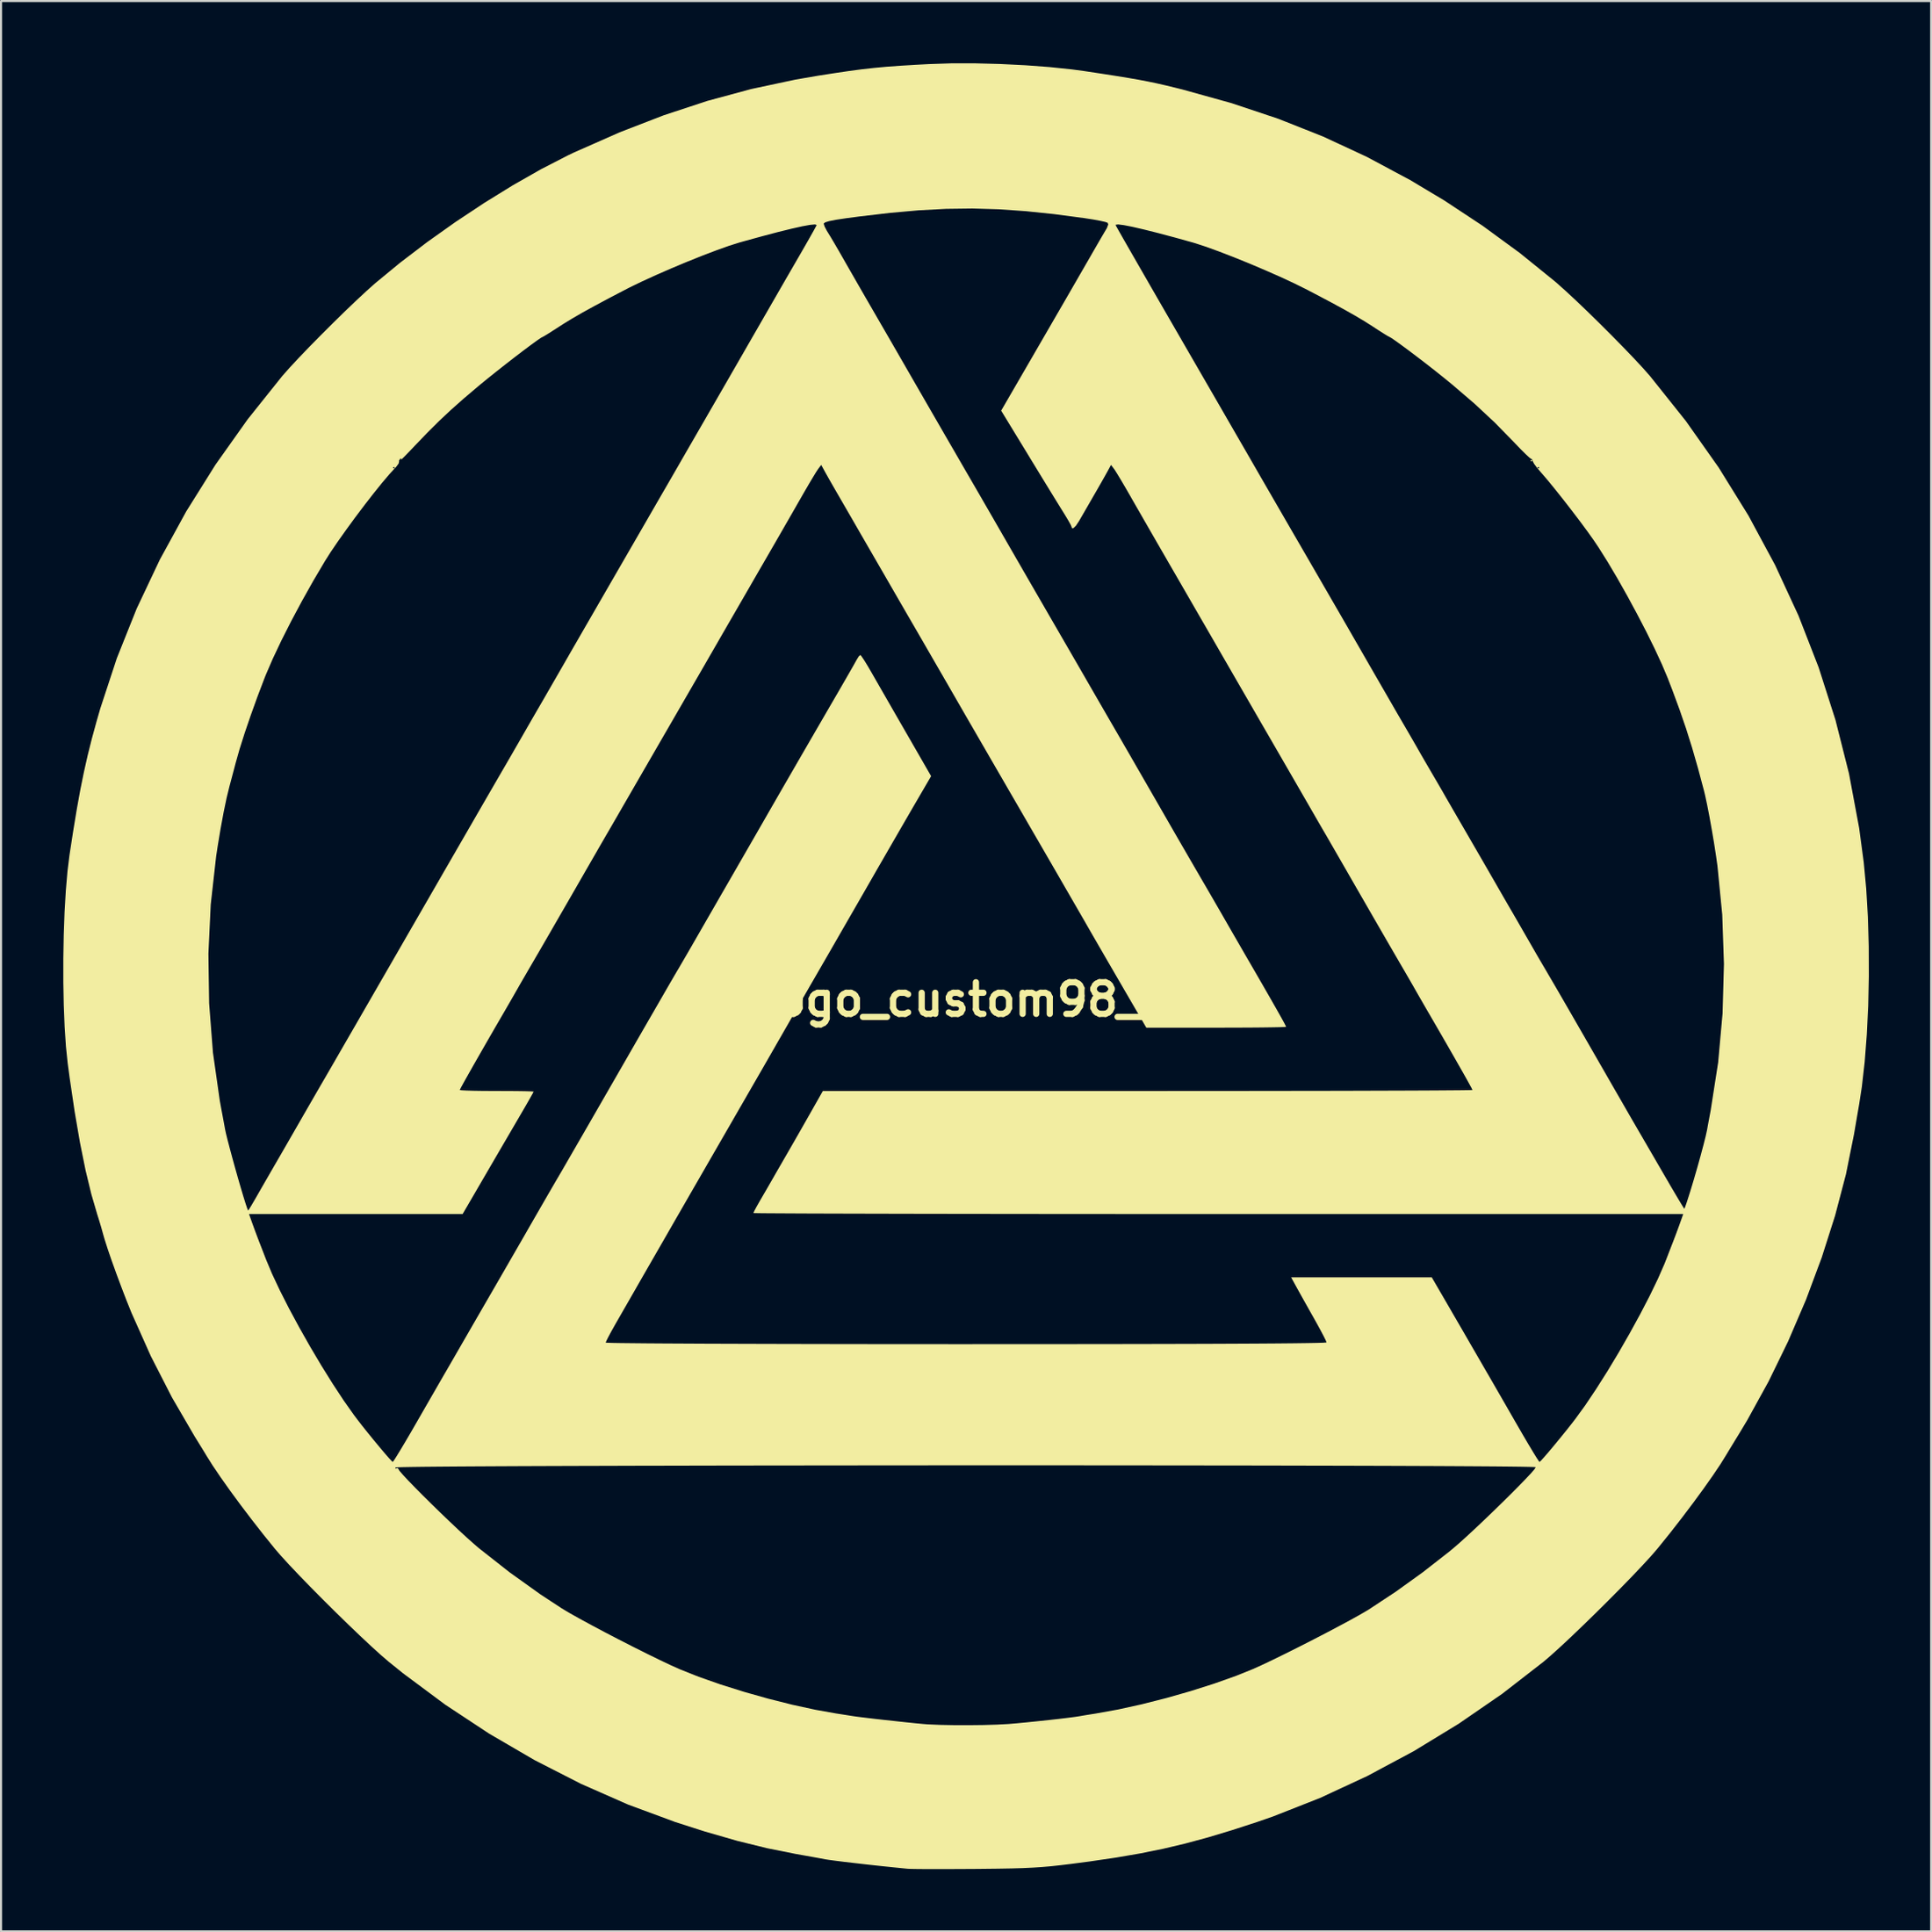
<source format=kicad_pcb>
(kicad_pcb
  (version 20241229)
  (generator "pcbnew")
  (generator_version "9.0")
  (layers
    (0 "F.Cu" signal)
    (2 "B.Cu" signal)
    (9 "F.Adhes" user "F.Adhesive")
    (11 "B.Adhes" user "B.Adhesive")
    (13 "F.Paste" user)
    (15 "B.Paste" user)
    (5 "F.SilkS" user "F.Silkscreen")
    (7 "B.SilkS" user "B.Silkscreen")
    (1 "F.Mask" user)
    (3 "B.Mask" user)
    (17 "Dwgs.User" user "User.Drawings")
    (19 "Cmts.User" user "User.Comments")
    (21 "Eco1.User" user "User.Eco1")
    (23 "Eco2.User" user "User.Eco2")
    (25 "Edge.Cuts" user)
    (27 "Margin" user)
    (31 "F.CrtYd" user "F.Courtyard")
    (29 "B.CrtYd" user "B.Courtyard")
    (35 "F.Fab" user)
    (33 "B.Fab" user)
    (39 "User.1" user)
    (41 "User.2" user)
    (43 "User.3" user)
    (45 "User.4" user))
  (footprint "logo_custom98_2"
    (layer "F.Cu")
    (at 43.476 45.086)
    (property "Reference" "logo_custom98_2" (at 0 0 0) (layer "F.SilkS") (effects (font (size 1.524 1.524) (thickness 0.3))))
    (attr board_only exclude_from_pos_files exclude_from_bom)
    (fp_poly (pts (xy 27.263 -25.95) (xy 27.22 -25.908) (xy 27.178 -25.95) (xy 27.22 -25.993)) (stroke (width 0) (type solid)) (fill yes) (layer "F.SilkS"))
    (fp_poly (pts (xy 1.631 -45.055) (xy 2.845 -44.994) (xy 4.018 -44.906) (xy 5.1 -44.793) (xy 5.715 -44.71) (xy 6.55 -44.583) (xy 7.245 -44.475) (xy 7.829 -44.379) (xy 8.331 -44.292) (xy 8.777 -44.206) (xy 9.198 -44.118) (xy 9.62 -44.022) (xy 10.072 -43.912) (xy 10.414 -43.827) (xy 12.788 -43.167) (xy 15.042 -42.413) (xy 17.205 -41.554) (xy 19.307 -40.577) (xy 21.375 -39.47) (xy 23.029 -38.481) (xy 24.876 -37.261) (xy 26.669 -35.949) (xy 28.351 -34.587) (xy 28.448 -34.504) (xy 28.867 -34.13) (xy 29.367 -33.666) (xy 29.92 -33.137) (xy 30.501 -32.568) (xy 31.085 -31.985) (xy 31.646 -31.414) (xy 32.159 -30.88) (xy 32.597 -30.408) (xy 32.935 -30.025) (xy 34.663 -27.858) (xy 36.244 -25.616) (xy 37.676 -23.304) (xy 38.956 -20.928) (xy 40.083 -18.492) (xy 41.053 -16.002) (xy 41.866 -13.463) (xy 42.517 -10.88) (xy 43.006 -8.258) (xy 43.227 -6.604) (xy 43.346 -5.338) (xy 43.426 -3.982) (xy 43.468 -2.568) (xy 43.473 -1.13) (xy 43.442 0.299) (xy 43.374 1.687) (xy 43.272 3) (xy 43.135 4.206) (xy 43.007 5.038) (xy 42.954 5.341) (xy 42.884 5.749) (xy 42.807 6.198) (xy 42.76 6.477) (xy 42.371 8.411) (xy 41.848 10.404) (xy 41.202 12.429) (xy 40.446 14.454) (xy 39.588 16.453) (xy 38.642 18.396) (xy 37.618 20.254) (xy 37.261 20.85) (xy 37.04 21.211) (xy 36.846 21.529) (xy 36.699 21.771) (xy 36.619 21.905) (xy 36.617 21.908) (xy 36.334 22.365) (xy 35.958 22.924) (xy 35.51 23.56) (xy 35.006 24.248) (xy 34.467 24.962) (xy 33.911 25.676) (xy 33.356 26.365) (xy 33.28 26.458) (xy 32.971 26.815) (xy 32.558 27.264) (xy 32.064 27.785) (xy 31.509 28.355) (xy 30.916 28.953) (xy 30.307 29.557) (xy 29.702 30.146) (xy 29.125 30.699) (xy 28.595 31.193) (xy 28.136 31.607) (xy 27.811 31.885) (xy 25.815 33.434) (xy 23.719 34.877) (xy 21.546 36.201) (xy 19.315 37.395) (xy 17.048 38.447) (xy 14.766 39.346) (xy 14.012 39.607) (xy 12.779 40.008) (xy 11.639 40.351) (xy 10.553 40.644) (xy 9.481 40.898) (xy 8.383 41.12) (xy 7.22 41.32) (xy 5.953 41.507) (xy 5.08 41.622) (xy 4.57 41.684) (xy 4.11 41.735) (xy 3.67 41.774) (xy 3.22 41.804) (xy 2.731 41.827) (xy 2.173 41.843) (xy 1.515 41.855) (xy 0.728 41.864) (xy 0.423 41.867) (xy -0.279 41.871) (xy -0.941 41.874) (xy -1.539 41.874) (xy -2.052 41.873) (xy -2.457 41.869) (xy -2.731 41.863) (xy -2.836 41.857) (xy -3.46 41.794) (xy -4.101 41.727) (xy -4.732 41.658) (xy -5.326 41.59) (xy -5.856 41.528) (xy -6.295 41.473) (xy -6.615 41.43) (xy -6.773 41.405) (xy -7.007 41.36) (xy -7.359 41.296) (xy -7.782 41.22) (xy -8.213 41.144) (xy -9.582 40.87) (xy -11.032 40.512) (xy -12.581 40.066) (xy -14.012 39.607) (xy -16.284 38.766) (xy -18.55 37.768) (xy -20.787 36.625) (xy -22.975 35.349) (xy -25.091 33.952) (xy -27.116 32.446) (xy -27.811 31.885) (xy -28.192 31.558) (xy -28.661 31.132) (xy -29.198 30.629) (xy -29.781 30.07) (xy -30.387 29.478) (xy -30.996 28.873) (xy -31.585 28.278) (xy -32.133 27.713) (xy -32.618 27.201) (xy -33.018 26.762) (xy -33.28 26.458) (xy -33.834 25.773) (xy -34.392 25.059) (xy -34.936 24.343) (xy -35.446 23.649) (xy -35.903 23.003) (xy -36.181 22.592) (xy -27.492 22.592) (xy -27.445 22.572) (xy -27.358 22.566) (xy -27.347 22.6) (xy -27.288 22.695) (xy -27.122 22.888) (xy -26.867 23.162) (xy -26.54 23.5) (xy -26.158 23.886) (xy -25.738 24.301) (xy -25.299 24.729) (xy -24.857 25.152) (xy -24.43 25.555) (xy -24.035 25.919) (xy -23.689 26.227) (xy -23.453 26.429) (xy -21.991 27.578) (xy -20.492 28.651) (xy -19.473 29.319) (xy -19.119 29.531) (xy -18.641 29.8) (xy -18.068 30.112) (xy -17.428 30.453) (xy -16.749 30.806) (xy -16.062 31.157) (xy -15.394 31.492) (xy -14.775 31.795) (xy -14.233 32.052) (xy -13.801 32.246) (xy -12.877 32.614) (xy -11.829 32.982) (xy -10.699 33.337) (xy -9.532 33.667) (xy -8.371 33.96) (xy -7.26 34.202) (xy -6.265 34.38) (xy -5.933 34.431) (xy -5.65 34.476) (xy -5.471 34.504) (xy -5.461 34.506) (xy -5.245 34.537) (xy -4.898 34.58) (xy -4.455 34.633) (xy -3.953 34.69) (xy -3.429 34.747) (xy -2.92 34.802) (xy -2.461 34.849) (xy -2.09 34.885) (xy -1.843 34.905) (xy -1.82 34.906) (xy -1.242 34.93) (xy -0.569 34.943) (xy 0.146 34.944) (xy 0.851 34.936) (xy 1.496 34.917) (xy 2.029 34.888) (xy 2.074 34.885) (xy 2.465 34.851) (xy 2.936 34.806) (xy 3.452 34.753) (xy 3.978 34.697) (xy 4.477 34.641) (xy 4.915 34.588) (xy 5.255 34.544) (xy 5.461 34.512) (xy 5.625 34.483) (xy 5.9 34.438) (xy 6.23 34.386) (xy 6.265 34.38) (xy 7.317 34.19) (xy 8.455 33.939) (xy 9.635 33.639) (xy 10.815 33.302) (xy 11.951 32.941) (xy 12.999 32.569) (xy 13.801 32.246) (xy 14.211 32.062) (xy 14.729 31.817) (xy 15.325 31.525) (xy 15.971 31.202) (xy 16.641 30.862) (xy 17.304 30.519) (xy 17.933 30.187) (xy 18.499 29.883) (xy 18.975 29.618) (xy 19.332 29.41) (xy 19.389 29.375) (xy 20.68 28.524) (xy 21.984 27.586) (xy 23.223 26.62) (xy 23.41 26.467) (xy 23.704 26.215) (xy 24.062 25.893) (xy 24.468 25.518) (xy 24.904 25.106) (xy 25.353 24.676) (xy 25.799 24.242) (xy 26.223 23.823) (xy 26.609 23.434) (xy 26.94 23.093) (xy 27.199 22.817) (xy 27.369 22.621) (xy 27.432 22.523) (xy 27.432 22.522) (xy 27.349 22.513) (xy 27.104 22.505) (xy 26.705 22.497) (xy 26.159 22.49) (xy 25.475 22.483) (xy 24.66 22.477) (xy 23.722 22.471) (xy 22.669 22.465) (xy 21.507 22.46) (xy 20.245 22.455) (xy 18.891 22.451) (xy 17.451 22.447) (xy 15.935 22.444) (xy 14.349 22.44) (xy 12.701 22.438) (xy 10.999 22.436) (xy 9.25 22.434) (xy 7.463 22.432) (xy 5.644 22.431) (xy 3.802 22.431) (xy 1.944 22.431) (xy 0.079 22.431) (xy -1.788 22.431) (xy -3.647 22.432) (xy -5.491 22.434) (xy -7.312 22.436) (xy -9.104 22.438) (xy -10.857 22.44) (xy -12.564 22.443) (xy -14.219 22.447) (xy -15.812 22.45) (xy -17.337 22.455) (xy -18.785 22.459) (xy -20.149 22.464) (xy -21.422 22.469) (xy -22.595 22.475) (xy -23.661 22.481) (xy -24.613 22.487) (xy -25.442 22.494) (xy -26.14 22.501) (xy -26.702 22.509) (xy -27.117 22.517) (xy -27.38 22.525) (xy -27.481 22.534) (xy -27.482 22.534) (xy -27.492 22.592) (xy -36.181 22.592) (xy -36.29 22.431) (xy -36.587 21.959) (xy -36.617 21.908) (xy -36.697 21.776) (xy -36.843 21.538) (xy -37.03 21.235) (xy -37.154 21.035) (xy -38.248 19.155) (xy -39.266 17.163) (xy -40.184 15.108) (xy -40.208 15.049) (xy -40.443 14.465) (xy -40.686 13.834) (xy -40.925 13.193) (xy -41.147 12.575) (xy -41.339 12.015) (xy -41.488 11.549) (xy -41.571 11.261) (xy -41.654 10.961) (xy -41.763 10.6) (xy -41.835 10.372) (xy -41.848 10.329) (xy -34.535 10.329) (xy -34.376 10.774) (xy -34.247 11.128) (xy -34.106 11.504) (xy -34.053 11.642) (xy -33.922 11.979) (xy -33.776 12.357) (xy -33.709 12.531) (xy -33.422 13.215) (xy -33.05 14.005) (xy -32.61 14.871) (xy -32.118 15.784) (xy -31.592 16.713) (xy -31.048 17.63) (xy -30.503 18.505) (xy -29.975 19.308) (xy -29.479 20.009) (xy -29.333 20.203) (xy -29.085 20.524) (xy -28.805 20.875) (xy -28.514 21.232) (xy -28.232 21.572) (xy -27.981 21.869) (xy -27.78 22.099) (xy -27.65 22.237) (xy -27.613 22.267) (xy -27.557 22.196) (xy -27.431 21.999) (xy -27.244 21.694) (xy -27.011 21.303) (xy -26.743 20.846) (xy -26.549 20.51) (xy -26.231 19.957) (xy -25.91 19.4) (xy -25.606 18.873) (xy -25.339 18.409) (xy -25.129 18.045) (xy -25.067 17.939) (xy -24.834 17.536) (xy -24.553 17.049) (xy -24.26 16.541) (xy -24.003 16.096) (xy -23.714 15.595) (xy -23.384 15.023) (xy -23.056 14.456) (xy -22.81 14.032) (xy -22.599 13.667) (xy -22.323 13.189) (xy -22.002 12.632) (xy -21.655 12.03) (xy -21.301 11.416) (xy -21.042 10.964) (xy -20.72 10.405) (xy -20.411 9.869) (xy -20.13 9.382) (xy -19.89 8.968) (xy -19.707 8.653) (xy -19.597 8.467) (xy -19.505 8.31) (xy -19.337 8.02) (xy -19.102 7.613) (xy -18.807 7.102) (xy -18.461 6.503) (xy -18.072 5.828) (xy -17.649 5.094) (xy -17.2 4.314) (xy -16.764 3.556) (xy -16.298 2.746) (xy -15.851 1.969) (xy -15.43 1.238) (xy -15.043 0.568) (xy -14.7 -0.026) (xy -14.409 -0.531) (xy -14.177 -0.931) (xy -14.014 -1.212) (xy -13.93 -1.355) (xy -13.798 -1.578) (xy -13.602 -1.915) (xy -13.359 -2.333) (xy -13.09 -2.8) (xy -12.825 -3.26) (xy -12.511 -3.806) (xy -12.171 -4.396) (xy -11.836 -4.979) (xy -11.534 -5.502) (xy -11.362 -5.8) (xy -11.067 -6.312) (xy -10.734 -6.89) (xy -10.404 -7.464) (xy -10.119 -7.959) (xy -9.509 -9.02) (xy -8.844 -10.176) (xy -8.152 -11.374) (xy -7.463 -12.564) (xy -6.809 -13.693) (xy -6.451 -14.309) (xy -6.152 -14.823) (xy -5.876 -15.301) (xy -5.636 -15.718) (xy -5.446 -16.051) (xy -5.318 -16.278) (xy -5.272 -16.362) (xy -5.172 -16.525) (xy -5.096 -16.594) (xy -5.095 -16.594) (xy -5.033 -16.524) (xy -4.907 -16.337) (xy -4.737 -16.06) (xy -4.567 -15.768) (xy -4.396 -15.47) (xy -4.158 -15.055) (xy -3.869 -14.552) (xy -3.546 -13.99) (xy -3.206 -13.399) (xy -2.891 -12.852) (xy -1.686 -10.759) (xy -2.44 -9.465) (xy -2.719 -8.985) (xy -3.055 -8.405) (xy -3.422 -7.77) (xy -3.792 -7.128) (xy -4.14 -6.524) (xy -4.192 -6.435) (xy -4.787 -5.399) (xy -5.322 -4.469) (xy -5.789 -3.658) (xy -6.181 -2.977) (xy -6.267 -2.827) (xy -6.352 -2.68) (xy -6.507 -2.41) (xy -6.719 -2.043) (xy -6.973 -1.603) (xy -7.255 -1.114) (xy -7.415 -0.838) (xy -7.744 -0.268) (xy -8.087 0.328) (xy -8.421 0.909) (xy -8.722 1.434) (xy -8.968 1.863) (xy -9.017 1.947) (xy -9.245 2.346) (xy -9.535 2.851) (xy -9.863 3.422) (xy -10.207 4.018) (xy -10.542 4.6) (xy -10.623 4.741) (xy -10.955 5.316) (xy -11.303 5.92) (xy -11.644 6.511) (xy -11.954 7.049) (xy -12.209 7.491) (xy -12.259 7.578) (xy -12.495 7.987) (xy -12.712 8.364) (xy -12.891 8.674) (xy -13.013 8.885) (xy -13.04 8.932) (xy -13.24 9.279) (xy -13.502 9.735) (xy -13.814 10.277) (xy -14.164 10.885) (xy -14.538 11.536) (xy -14.925 12.208) (xy -15.312 12.881) (xy -15.686 13.532) (xy -16.034 14.139) (xy -16.345 14.68) (xy -16.606 15.135) (xy -16.804 15.48) (xy -16.903 15.653) (xy -17.088 15.984) (xy -17.237 16.261) (xy -17.332 16.453) (xy -17.357 16.521) (xy -17.273 16.528) (xy -17.028 16.536) (xy -16.627 16.543) (xy -16.079 16.549) (xy -15.391 16.556) (xy -14.569 16.562) (xy -13.622 16.567) (xy -12.556 16.573) (xy -11.378 16.577) (xy -10.097 16.581) (xy -8.718 16.585) (xy -7.25 16.588) (xy -5.699 16.591) (xy -4.074 16.593) (xy -2.38 16.594) (xy -0.625 16.595) (xy 0 16.595) (xy 2.34 16.594) (xy 4.51 16.593) (xy 6.511 16.591) (xy 8.343 16.588) (xy 10.005 16.584) (xy 11.498 16.58) (xy 12.822 16.574) (xy 13.977 16.568) (xy 14.962 16.561) (xy 15.778 16.553) (xy 16.424 16.544) (xy 16.901 16.535) (xy 17.209 16.525) (xy 17.348 16.513) (xy 17.357 16.51) (xy 17.317 16.409) (xy 17.208 16.19) (xy 17.044 15.881) (xy 16.841 15.511) (xy 16.748 15.345) (xy 16.507 14.917) (xy 16.273 14.5) (xy 16.069 14.136) (xy 15.92 13.867) (xy 15.895 13.822) (xy 15.651 13.377) (xy 22.424 13.377) (xy 22.917 14.225) (xy 23.155 14.634) (xy 23.441 15.128) (xy 23.742 15.647) (xy 24.022 16.13) (xy 24.034 16.151) (xy 24.304 16.619) (xy 24.591 17.114) (xy 24.861 17.581) (xy 25.082 17.963) (xy 25.099 17.992) (xy 25.273 18.292) (xy 25.511 18.706) (xy 25.796 19.2) (xy 26.107 19.74) (xy 26.424 20.292) (xy 26.55 20.51) (xy 26.834 21.001) (xy 27.092 21.439) (xy 27.311 21.804) (xy 27.479 22.076) (xy 27.584 22.234) (xy 27.613 22.267) (xy 27.683 22.205) (xy 27.838 22.034) (xy 28.057 21.781) (xy 28.32 21.467) (xy 28.606 21.119) (xy 28.896 20.761) (xy 29.168 20.417) (xy 29.333 20.203) (xy 29.815 19.54) (xy 30.335 18.765) (xy 30.877 17.91) (xy 31.423 17.003) (xy 31.956 16.074) (xy 32.46 15.153) (xy 32.919 14.269) (xy 33.314 13.452) (xy 33.63 12.732) (xy 33.709 12.531) (xy 33.846 12.177) (xy 33.99 11.804) (xy 34.053 11.642) (xy 34.185 11.296) (xy 34.325 10.916) (xy 34.376 10.774) (xy 34.535 10.329) (xy 12.145 10.329) (xy 10.21 10.329) (xy 8.319 10.329) (xy 6.48 10.328) (xy 4.7 10.327) (xy 2.985 10.325) (xy 1.342 10.323) (xy -0.221 10.321) (xy -1.698 10.319) (xy -3.081 10.316) (xy -4.364 10.313) (xy -5.54 10.31) (xy -6.601 10.307) (xy -7.541 10.304) (xy -8.353 10.3) (xy -9.029 10.296) (xy -9.563 10.293) (xy -9.949 10.289) (xy -10.178 10.284) (xy -10.245 10.281) (xy -10.205 10.189) (xy -10.1 9.991) (xy -9.95 9.726) (xy -9.916 9.667) (xy -9.729 9.345) (xy -9.551 9.039) (xy -9.421 8.811) (xy -9.417 8.805) (xy -9.307 8.614) (xy -9.137 8.317) (xy -8.93 7.959) (xy -8.734 7.62) (xy -8.496 7.207) (xy -8.208 6.705) (xy -7.903 6.171) (xy -7.615 5.664) (xy -7.56 5.568) (xy -6.9 4.405) (xy 8.742 4.404) (xy 10.356 4.403) (xy 11.924 4.403) (xy 13.438 4.401) (xy 14.889 4.399) (xy 16.269 4.397) (xy 17.57 4.395) (xy 18.783 4.392) (xy 19.9 4.388) (xy 20.913 4.385) (xy 21.813 4.381) (xy 22.592 4.377) (xy 23.242 4.372) (xy 23.754 4.368) (xy 24.12 4.363) (xy 24.331 4.358) (xy 24.384 4.354) (xy 24.343 4.267) (xy 24.224 4.049) (xy 24.038 3.714) (xy 23.791 3.278) (xy 23.492 2.754) (xy 23.15 2.158) (xy 22.773 1.504) (xy 22.37 0.808) (xy 22.269 0.635) (xy 22.059 0.272) (xy 21.859 -0.075) (xy 21.697 -0.356) (xy 21.635 -0.466) (xy 21.521 -0.666) (xy 21.343 -0.974) (xy 21.126 -1.349) (xy 20.891 -1.752) (xy 20.852 -1.82) (xy 20.692 -2.095) (xy 20.521 -2.39) (xy 20.33 -2.719) (xy 20.111 -3.098) (xy 19.856 -3.539) (xy 19.557 -4.057) (xy 19.206 -4.667) (xy 18.794 -5.382) (xy 18.314 -6.216) (xy 17.798 -7.112) (xy 17.592 -7.47) (xy 17.402 -7.799) (xy 17.253 -8.056) (xy 17.186 -8.17) (xy 17.082 -8.349) (xy 16.918 -8.632) (xy 16.721 -8.974) (xy 16.574 -9.229) (xy 16.401 -9.529) (xy 16.161 -9.945) (xy 15.872 -10.446) (xy 15.552 -11) (xy 15.219 -11.576) (xy 14.985 -11.98) (xy 14.597 -12.652) (xy 14.262 -13.231) (xy 13.961 -13.752) (xy 13.674 -14.249) (xy 13.38 -14.757) (xy 13.059 -15.312) (xy 12.692 -15.949) (xy 12.319 -16.595) (xy 11.959 -17.219) (xy 11.627 -17.794) (xy 11.304 -18.352) (xy 10.974 -18.924) (xy 10.617 -19.543) (xy 10.215 -20.238) (xy 9.749 -21.043) (xy 9.654 -21.209) (xy 9.31 -21.805) (xy 8.954 -22.423) (xy 8.607 -23.025) (xy 8.291 -23.575) (xy 8.026 -24.037) (xy 7.901 -24.257) (xy 7.668 -24.661) (xy 7.453 -25.026) (xy 7.275 -25.32) (xy 7.154 -25.512) (xy 7.125 -25.552) (xy 6.978 -25.747) (xy 6.803 -25.425) (xy 6.688 -25.219) (xy 6.514 -24.912) (xy 6.307 -24.55) (xy 6.138 -24.257) (xy 5.919 -23.877) (xy 5.708 -23.511) (xy 5.533 -23.209) (xy 5.442 -23.05) (xy 5.291 -22.823) (xy 5.167 -22.7) (xy 5.093 -22.699) (xy 5.08 -22.76) (xy 5.038 -22.86) (xy 4.925 -23.063) (xy 4.764 -23.332) (xy 4.711 -23.417) (xy 4.572 -23.641) (xy 4.359 -23.986) (xy 4.088 -24.427) (xy 3.775 -24.938) (xy 3.434 -25.496) (xy 3.08 -26.075) (xy 3.016 -26.182) (xy 1.688 -28.36) (xy 3.565 -31.6) (xy 3.984 -32.323) (xy 4.399 -33.041) (xy 4.799 -33.731) (xy 5.169 -34.372) (xy 5.498 -34.942) (xy 5.773 -35.419) (xy 5.982 -35.781) (xy 6.049 -35.899) (xy 6.277 -36.294) (xy 6.483 -36.65) (xy 6.65 -36.935) (xy 6.757 -37.115) (xy 6.776 -37.145) (xy 6.835 -37.301) (xy 7.197 -37.301) (xy 7.238 -37.223) (xy 7.357 -37.011) (xy 7.547 -36.677) (xy 7.801 -36.233) (xy 8.112 -35.691) (xy 8.473 -35.063) (xy 8.876 -34.362) (xy 9.316 -33.599) (xy 9.785 -32.787) (xy 10.002 -32.411) (xy 10.515 -31.523) (xy 11.03 -30.632) (xy 11.535 -29.758) (xy 12.02 -28.919) (xy 12.474 -28.133) (xy 12.886 -27.419) (xy 13.246 -26.795) (xy 13.544 -26.28) (xy 13.768 -25.891) (xy 13.783 -25.866) (xy 14.105 -25.306) (xy 14.487 -24.645) (xy 14.903 -23.925) (xy 15.328 -23.19) (xy 15.736 -22.485) (xy 15.985 -22.056) (xy 16.518 -21.135) (xy 16.979 -20.338) (xy 17.382 -19.642) (xy 17.74 -19.023) (xy 18.066 -18.459) (xy 18.373 -17.927) (xy 18.674 -17.403) (xy 18.984 -16.866) (xy 19.315 -16.291) (xy 19.432 -16.087) (xy 19.759 -15.519) (xy 20.099 -14.93) (xy 20.429 -14.358) (xy 20.726 -13.843) (xy 20.969 -13.426) (xy 21.022 -13.335) (xy 21.254 -12.936) (xy 21.47 -12.563) (xy 21.648 -12.254) (xy 21.766 -12.047) (xy 21.78 -12.023) (xy 21.895 -11.821) (xy 22.068 -11.522) (xy 22.271 -11.174) (xy 22.393 -10.964) (xy 22.601 -10.609) (xy 22.796 -10.274) (xy 22.949 -10.01) (xy 23.008 -9.906) (xy 23.104 -9.737) (xy 23.269 -9.452) (xy 23.483 -9.081) (xy 23.731 -8.653) (xy 23.962 -8.255) (xy 24.273 -7.718) (xy 24.613 -7.13) (xy 24.949 -6.549) (xy 25.249 -6.029) (xy 25.381 -5.8) (xy 25.617 -5.39) (xy 25.834 -5.013) (xy 26.013 -4.703) (xy 26.135 -4.492) (xy 26.162 -4.445) (xy 26.28 -4.243) (xy 26.446 -3.956) (xy 26.625 -3.645) (xy 26.628 -3.641) (xy 26.809 -3.326) (xy 26.98 -3.029) (xy 27.104 -2.815) (xy 27.104 -2.815) (xy 27.263 -2.538) (xy 27.42 -2.265) (xy 27.532 -2.07) (xy 27.703 -1.779) (xy 27.902 -1.44) (xy 28.001 -1.27) (xy 28.17 -0.981) (xy 28.405 -0.579) (xy 28.685 -0.096) (xy 28.992 0.435) (xy 29.306 0.98) (xy 29.424 1.185) (xy 29.934 2.071) (xy 30.386 2.857) (xy 30.775 3.533) (xy 31.095 4.091) (xy 31.342 4.52) (xy 31.507 4.805) (xy 31.666 5.082) (xy 31.823 5.355) (xy 31.935 5.55) (xy 32.105 5.843) (xy 32.302 6.182) (xy 32.399 6.35) (xy 32.577 6.656) (xy 32.817 7.07) (xy 33.099 7.555) (xy 33.399 8.072) (xy 33.69 8.572) (xy 33.953 9.024) (xy 34.187 9.421) (xy 34.378 9.743) (xy 34.514 9.966) (xy 34.582 10.07) (xy 34.587 10.075) (xy 34.621 10) (xy 34.692 9.797) (xy 34.789 9.499) (xy 34.868 9.25) (xy 35.042 8.674) (xy 35.213 8.086) (xy 35.371 7.519) (xy 35.508 7.007) (xy 35.615 6.582) (xy 35.682 6.277) (xy 35.692 6.223) (xy 35.72 6.064) (xy 35.771 5.79) (xy 35.835 5.451) (xy 35.857 5.334) (xy 36.216 3.028) (xy 36.429 0.667) (xy 36.495 -1.717) (xy 36.413 -4.093) (xy 36.183 -6.43) (xy 36.117 -6.9) (xy 36.022 -7.518) (xy 35.913 -8.162) (xy 35.8 -8.791) (xy 35.689 -9.362) (xy 35.588 -9.835) (xy 35.53 -10.075) (xy 35.239 -11.162) (xy 34.958 -12.136) (xy 34.67 -13.052) (xy 34.357 -13.963) (xy 34.002 -14.924) (xy 33.782 -15.494) (xy 33.51 -16.139) (xy 33.162 -16.89) (xy 32.755 -17.715) (xy 32.306 -18.579) (xy 31.835 -19.45) (xy 31.359 -20.293) (xy 30.895 -21.076) (xy 30.463 -21.764) (xy 30.22 -22.126) (xy 29.925 -22.54) (xy 29.567 -23.024) (xy 29.172 -23.544) (xy 28.767 -24.066) (xy 28.376 -24.558) (xy 28.027 -24.986) (xy 27.744 -25.317) (xy 27.695 -25.372) (xy 27.491 -25.611) (xy 27.49 -25.612) (xy 27.517 -25.612) (xy 27.559 -25.569) (xy 27.601 -25.612) (xy 27.559 -25.654) (xy 27.517 -25.612) (xy 27.49 -25.612) (xy 27.346 -25.808) (xy 27.287 -25.926) (xy 27.287 -25.934) (xy 27.247 -26.025) (xy 27.22 -26.031) (xy 27.134 -26.092) (xy 26.958 -26.254) (xy 26.714 -26.496) (xy 26.427 -26.794) (xy 26.344 -26.882) (xy 25.455 -27.79) (xy 24.488 -28.691) (xy 23.411 -29.615) (xy 22.987 -29.961) (xy 22.6 -30.27) (xy 22.185 -30.595) (xy 21.765 -30.917) (xy 21.362 -31.222) (xy 20.999 -31.491) (xy 20.699 -31.708) (xy 20.484 -31.856) (xy 20.376 -31.918) (xy 20.371 -31.919) (xy 20.289 -31.963) (xy 20.096 -32.081) (xy 19.825 -32.254) (xy 19.585 -32.411) (xy 19.189 -32.663) (xy 18.731 -32.935) (xy 18.192 -33.24) (xy 17.552 -33.588) (xy 16.789 -33.99) (xy 16.341 -34.223) (xy 15.775 -34.503) (xy 15.114 -34.81) (xy 14.391 -35.128) (xy 13.641 -35.446) (xy 12.896 -35.748) (xy 12.192 -36.02) (xy 11.562 -36.249) (xy 11.04 -36.42) (xy 10.922 -36.455) (xy 10.018 -36.707) (xy 9.225 -36.918) (xy 8.55 -37.088) (xy 8.003 -37.214) (xy 7.59 -37.295) (xy 7.32 -37.329) (xy 7.202 -37.313) (xy 7.197 -37.301) (xy 6.835 -37.301) (xy 6.845 -37.327) (xy 6.814 -37.408) (xy 6.702 -37.448) (xy 6.458 -37.503) (xy 6.117 -37.566) (xy 5.717 -37.628) (xy 5.715 -37.629) (xy 4.239 -37.825) (xy 2.868 -37.967) (xy 1.567 -38.057) (xy 0.3 -38.094) (xy -0.97 -38.077) (xy -2.278 -38.008) (xy -3.661 -37.885) (xy -5.154 -37.709) (xy -5.779 -37.626) (xy -6.266 -37.553) (xy -6.599 -37.487) (xy -6.791 -37.427) (xy -6.858 -37.368) (xy -6.858 -37.363) (xy -6.815 -37.226) (xy -6.706 -37.018) (xy -6.654 -36.934) (xy -6.53 -36.733) (xy -6.349 -36.428) (xy -6.136 -36.062) (xy -5.945 -35.729) (xy -5.746 -35.379) (xy -5.483 -34.921) (xy -5.18 -34.393) (xy -4.858 -33.834) (xy -4.539 -33.283) (xy -4.485 -33.189) (xy -4.159 -32.625) (xy -3.815 -32.031) (xy -3.478 -31.448) (xy -3.175 -30.922) (xy -2.928 -30.494) (xy -2.908 -30.459) (xy -2.421 -29.613) (xy -1.932 -28.765) (xy -1.454 -27.938) (xy -1.001 -27.153) (xy -0.585 -26.435) (xy -0.221 -25.805) (xy 0.08 -25.286) (xy 0.211 -25.061) (xy 0.354 -24.814) (xy 0.573 -24.436) (xy 0.857 -23.943) (xy 1.199 -23.351) (xy 1.589 -22.675) (xy 2.017 -21.932) (xy 2.475 -21.136) (xy 2.604 -20.913) (xy 2.81 -20.555) (xy 3 -20.226) (xy 3.148 -19.969) (xy 3.215 -19.854) (xy 3.308 -19.693) (xy 3.468 -19.417) (xy 3.674 -19.061) (xy 3.908 -18.656) (xy 4.023 -18.457) (xy 4.277 -18.018) (xy 4.525 -17.589) (xy 4.744 -17.211) (xy 4.91 -16.925) (xy 4.954 -16.849) (xy 5.094 -16.606) (xy 5.296 -16.258) (xy 5.535 -15.843) (xy 5.789 -15.403) (xy 5.882 -15.24) (xy 6.16 -14.759) (xy 6.454 -14.25) (xy 6.734 -13.766) (xy 6.967 -13.363) (xy 7.008 -13.293) (xy 7.149 -13.049) (xy 7.295 -12.797) (xy 7.455 -12.521) (xy 7.637 -12.205) (xy 7.851 -11.835) (xy 8.105 -11.394) (xy 8.408 -10.868) (xy 8.769 -10.241) (xy 9.197 -9.498) (xy 9.693 -8.636) (xy 10.02 -8.068) (xy 10.36 -7.479) (xy 10.691 -6.907) (xy 10.989 -6.393) (xy 11.232 -5.975) (xy 11.285 -5.884) (xy 11.571 -5.394) (xy 11.898 -4.83) (xy 12.225 -4.264) (xy 12.486 -3.81) (xy 12.767 -3.321) (xy 13.095 -2.754) (xy 13.429 -2.175) (xy 13.732 -1.652) (xy 13.757 -1.609) (xy 14.22 -0.808) (xy 14.611 -0.128) (xy 14.928 0.427) (xy 15.167 0.851) (xy 15.326 1.141) (xy 15.402 1.292) (xy 15.409 1.312) (xy 15.328 1.321) (xy 15.095 1.33) (xy 14.728 1.337) (xy 14.246 1.344) (xy 13.667 1.349) (xy 13.009 1.352) (xy 12.288 1.354) (xy 12.044 1.354) (xy 8.678 1.354) (xy 8.543 1.121) (xy 8.081 0.328) (xy 7.626 -0.454) (xy 7.189 -1.206) (xy 6.783 -1.906) (xy 6.421 -2.532) (xy 6.113 -3.064) (xy 5.872 -3.482) (xy 5.782 -3.641) (xy 5.647 -3.875) (xy 5.437 -4.239) (xy 5.16 -4.719) (xy 4.826 -5.297) (xy 4.444 -5.959) (xy 4.022 -6.688) (xy 3.571 -7.468) (xy 3.098 -8.284) (xy 2.625 -9.102) (xy 2.137 -9.943) (xy 1.659 -10.77) (xy 1.198 -11.565) (xy 0.766 -12.312) (xy 0.372 -12.994) (xy 0.024 -13.595) (xy -0.266 -14.098) (xy -0.49 -14.486) (xy -0.632 -14.732) (xy -0.919 -15.231) (xy -1.25 -15.804) (xy -1.584 -16.382) (xy -1.878 -16.891) (xy -2.34 -17.69) (xy -2.823 -18.523) (xy -3.309 -19.364) (xy -3.782 -20.183) (xy -4.226 -20.951) (xy -4.624 -21.64) (xy -4.96 -22.221) (xy -5.06 -22.394) (xy -5.334 -22.87) (xy -5.627 -23.378) (xy -5.906 -23.86) (xy -6.137 -24.26) (xy -6.16 -24.299) (xy -6.372 -24.667) (xy -6.571 -25.015) (xy -6.73 -25.296) (xy -6.802 -25.425) (xy -6.978 -25.747) (xy -7.125 -25.552) (xy -7.219 -25.411) (xy -7.376 -25.154) (xy -7.579 -24.813) (xy -7.807 -24.421) (xy -7.901 -24.257) (xy -8.125 -23.866) (xy -8.412 -23.364) (xy -8.743 -22.789) (xy -9.096 -22.176) (xy -9.45 -21.563) (xy -9.654 -21.209) (xy -10.126 -20.393) (xy -10.523 -19.704) (xy -10.858 -19.125) (xy -11.139 -18.638) (xy -11.379 -18.223) (xy -11.587 -17.862) (xy -11.775 -17.537) (xy -11.952 -17.229) (xy -12.13 -16.92) (xy -12.318 -16.595) (xy -12.605 -16.096) (xy -12.937 -15.522) (xy -13.271 -14.944) (xy -13.565 -14.436) (xy -14.11 -13.493) (xy -14.629 -12.595) (xy -15.112 -11.759) (xy -15.551 -11) (xy -15.936 -10.334) (xy -16.257 -9.777) (xy -16.507 -9.345) (xy -16.574 -9.229) (xy -16.78 -8.871) (xy -16.971 -8.542) (xy -17.119 -8.285) (xy -17.186 -8.17) (xy -17.291 -7.991) (xy -17.454 -7.709) (xy -17.652 -7.367) (xy -17.798 -7.112) (xy -18.35 -6.154) (xy -18.825 -5.328) (xy -19.232 -4.621) (xy -19.58 -4.018) (xy -19.875 -3.506) (xy -20.127 -3.069) (xy -20.344 -2.695) (xy -20.533 -2.368) (xy -20.704 -2.075) (xy -20.852 -1.82) (xy -21.087 -1.416) (xy -21.309 -1.033) (xy -21.495 -0.712) (xy -21.621 -0.49) (xy -21.635 -0.466) (xy -21.762 -0.244) (xy -21.944 0.073) (xy -22.152 0.433) (xy -22.269 0.635) (xy -22.678 1.339) (xy -23.062 2.005) (xy -23.413 2.616) (xy -23.723 3.159) (xy -23.983 3.618) (xy -24.185 3.978) (xy -24.321 4.226) (xy -24.382 4.346) (xy -24.384 4.354) (xy -24.303 4.369) (xy -24.078 4.381) (xy -23.733 4.392) (xy -23.293 4.399) (xy -22.783 4.402) (xy -22.606 4.403) (xy -22.078 4.404) (xy -21.612 4.408) (xy -21.234 4.414) (xy -20.967 4.422) (xy -20.837 4.431) (xy -20.828 4.434) (xy -20.868 4.515) (xy -20.979 4.713) (xy -21.143 5.001) (xy -21.346 5.351) (xy -21.392 5.429) (xy -21.675 5.914) (xy -21.998 6.468) (xy -22.316 7.013) (xy -22.522 7.366) (xy -22.804 7.85) (xy -23.127 8.405) (xy -23.447 8.954) (xy -23.668 9.335) (xy -24.247 10.329) (xy -34.535 10.329) (xy -41.848 10.329) (xy -42.126 9.377) (xy -42.406 8.219) (xy -42.673 6.896) (xy -42.929 5.408) (xy -43.174 3.753) (xy -43.265 3.073) (xy -43.35 2.261) (xy -43.413 1.316) (xy -43.455 0.272) (xy -43.476 -0.837) (xy -43.476 -1.977) (xy -43.472 -2.204) (xy -36.49 -2.204) (xy -36.455 0.181) (xy -36.272 2.549) (xy -35.942 4.868) (xy -35.857 5.334) (xy -35.791 5.684) (xy -35.735 5.985) (xy -35.698 6.187) (xy -35.692 6.223) (xy -35.648 6.431) (xy -35.57 6.75) (xy -35.465 7.152) (xy -35.341 7.612) (xy -35.206 8.102) (xy -35.066 8.595) (xy -34.93 9.064) (xy -34.806 9.481) (xy -34.7 9.821) (xy -34.622 10.055) (xy -34.578 10.158) (xy -34.574 10.16) (xy -34.526 10.092) (xy -34.415 9.909) (xy -34.261 9.645) (xy -34.179 9.504) (xy -33.967 9.132) (xy -33.71 8.686) (xy -33.452 8.239) (xy -33.339 8.043) (xy -33.115 7.657) (xy -32.84 7.181) (xy -32.548 6.673) (xy -32.27 6.19) (xy -32.24 6.138) (xy -31.963 5.656) (xy -31.664 5.137) (xy -31.377 4.64) (xy -31.137 4.224) (xy -31.118 4.191) (xy -30.94 3.885) (xy -30.724 3.512) (xy -30.466 3.066) (xy -30.162 2.538) (xy -29.806 1.922) (xy -29.395 1.211) (xy -28.926 0.396) (xy -28.392 -0.528) (xy -27.791 -1.57) (xy -27.119 -2.737) (xy -26.37 -4.036) (xy -25.541 -5.474) (xy -25.524 -5.503) (xy -25.148 -6.156) (xy -24.743 -6.857) (xy -24.323 -7.585) (xy -23.902 -8.314) (xy -23.494 -9.021) (xy -23.112 -9.682) (xy -22.77 -10.273) (xy -22.482 -10.771) (xy -22.261 -11.151) (xy -22.222 -11.218) (xy -21.96 -11.67) (xy -21.668 -12.177) (xy -21.39 -12.659) (xy -21.27 -12.869) (xy -21.064 -13.228) (xy -20.875 -13.557) (xy -20.726 -13.814) (xy -20.66 -13.928) (xy -20.538 -14.137) (xy -20.35 -14.461) (xy -20.116 -14.867) (xy -19.854 -15.322) (xy -19.581 -15.796) (xy -19.318 -16.254) (xy -19.22 -16.425) (xy -19.106 -16.624) (xy -18.917 -16.952) (xy -18.662 -17.393) (xy -18.353 -17.93) (xy -17.997 -18.546) (xy -17.606 -19.224) (xy -17.189 -19.946) (xy -16.755 -20.697) (xy -16.679 -20.828) (xy -16.231 -21.604) (xy -15.787 -22.373) (xy -15.358 -23.115) (xy -14.957 -23.81) (xy -14.594 -24.439) (xy -14.28 -24.981) (xy -14.028 -25.418) (xy -13.849 -25.728) (xy -13.843 -25.739) (xy -13.543 -26.26) (xy -13.203 -26.849) (xy -12.864 -27.437) (xy -12.566 -27.952) (xy -12.549 -27.982) (xy -12.313 -28.392) (xy -12.095 -28.768) (xy -11.916 -29.079) (xy -11.794 -29.29) (xy -11.767 -29.337) (xy -11.664 -29.516) (xy -11.501 -29.798) (xy -11.305 -30.141) (xy -11.158 -30.395) (xy -10.491 -31.554) (xy -9.861 -32.648) (xy -9.279 -33.659) (xy -8.753 -34.572) (xy -8.293 -35.368) (xy -7.971 -35.925) (xy -7.725 -36.353) (xy -7.511 -36.728) (xy -7.343 -37.027) (xy -7.234 -37.226) (xy -7.197 -37.301) (xy -7.276 -37.329) (xy -7.509 -37.308) (xy -7.886 -37.239) (xy -8.401 -37.124) (xy -9.045 -36.965) (xy -9.809 -36.763) (xy -10.687 -36.521) (xy -10.922 -36.455) (xy -11.408 -36.302) (xy -12.012 -36.087) (xy -12.7 -35.825) (xy -13.437 -35.53) (xy -14.189 -35.215) (xy -14.923 -34.895) (xy -15.604 -34.584) (xy -16.199 -34.296) (xy -16.341 -34.223) (xy -17.177 -33.787) (xy -17.88 -33.411) (xy -18.472 -33.085) (xy -18.971 -32.796) (xy -19.4 -32.534) (xy -19.591 -32.411) (xy -19.903 -32.21) (xy -20.158 -32.048) (xy -20.327 -31.946) (xy -20.379 -31.919) (xy -20.473 -31.869) (xy -20.677 -31.729) (xy -20.971 -31.515) (xy -21.332 -31.245) (xy -21.74 -30.934) (xy -22.173 -30.598) (xy -22.609 -30.254) (xy -23.028 -29.919) (xy -23.408 -29.609) (xy -23.495 -29.536) (xy -24.204 -28.934) (xy -24.819 -28.388) (xy -25.385 -27.857) (xy -25.948 -27.297) (xy -26.552 -26.668) (xy -26.578 -26.64) (xy -26.841 -26.364) (xy -27.048 -26.151) (xy -27.181 -26.021) (xy -27.22 -25.993) (xy -27.218 -25.997) (xy -27.199 -26.064) (xy -27.251 -26.042) (xy -27.315 -25.945) (xy -27.306 -25.909) (xy -27.331 -25.81) (xy -27.45 -25.651) (xy -27.5 -25.598) (xy -27.781 -25.291) (xy -28.136 -24.872) (xy -28.542 -24.367) (xy -28.979 -23.804) (xy -29.425 -23.212) (xy -29.859 -22.618) (xy -30.262 -22.05) (xy -30.611 -21.536) (xy -30.872 -21.124) (xy -31.44 -20.163) (xy -31.991 -19.181) (xy -32.51 -18.209) (xy -32.982 -17.276) (xy -33.39 -16.414) (xy -33.719 -15.652) (xy -33.782 -15.494) (xy -34.13 -14.58) (xy -34.454 -13.681) (xy -34.743 -12.834) (xy -34.985 -12.07) (xy -35.169 -11.424) (xy -35.179 -11.388) (xy -35.256 -11.094) (xy -35.357 -10.714) (xy -35.461 -10.325) (xy -35.472 -10.287) (xy -35.61 -9.723) (xy -35.756 -9.025) (xy -35.903 -8.231) (xy -36.045 -7.375) (xy -36.117 -6.9) (xy -36.378 -4.575) (xy -36.49 -2.204) (xy -43.472 -2.204) (xy -43.456 -3.116) (xy -43.416 -4.219) (xy -43.355 -5.252) (xy -43.275 -6.183) (xy -43.181 -6.943) (xy -43.001 -8.115) (xy -42.83 -9.15) (xy -42.662 -10.082) (xy -42.488 -10.941) (xy -42.304 -11.759) (xy -42.101 -12.57) (xy -41.873 -13.405) (xy -41.698 -14.012) (xy -40.901 -16.434) (xy -39.942 -18.831) (xy -38.826 -21.191) (xy -37.559 -23.504) (xy -36.24 -25.612) (xy -27.601 -25.612) (xy -27.559 -25.569) (xy -27.517 -25.612) (xy -27.559 -25.654) (xy -27.601 -25.612) (xy -36.24 -25.612) (xy -36.149 -25.757) (xy -34.601 -27.94) (xy -32.935 -30.025) (xy -32.596 -30.409) (xy -32.158 -30.881) (xy -31.645 -31.416) (xy -31.083 -31.987) (xy -30.499 -32.57) (xy -29.918 -33.139) (xy -29.365 -33.668) (xy -28.866 -34.132) (xy -28.448 -34.504) (xy -27.247 -35.492) (xy -25.953 -36.479) (xy -24.596 -37.442) (xy -23.209 -38.362) (xy -21.824 -39.217) (xy -20.472 -39.987) (xy -19.185 -40.649) (xy -18.873 -40.798) (xy -16.689 -41.762) (xy -14.559 -42.586) (xy -12.455 -43.279) (xy -10.35 -43.848) (xy -8.216 -44.303) (xy -7.112 -44.493) (xy -6.307 -44.618) (xy -5.618 -44.72) (xy -5.005 -44.801) (xy -4.424 -44.866) (xy -3.833 -44.921) (xy -3.191 -44.968) (xy -2.454 -45.014) (xy -1.791 -45.05) (xy -0.735 -45.085) (xy 0.421 -45.086)) (stroke (width 0) (type solid)) (fill yes) (layer "F.SilkS")))
  (gr_rect
    (start -3 -3)
    (end 89.949 89.96)
    (stroke (width 0.1) (type default))
    (fill no)
    (layer "Edge.Cuts")))
</source>
